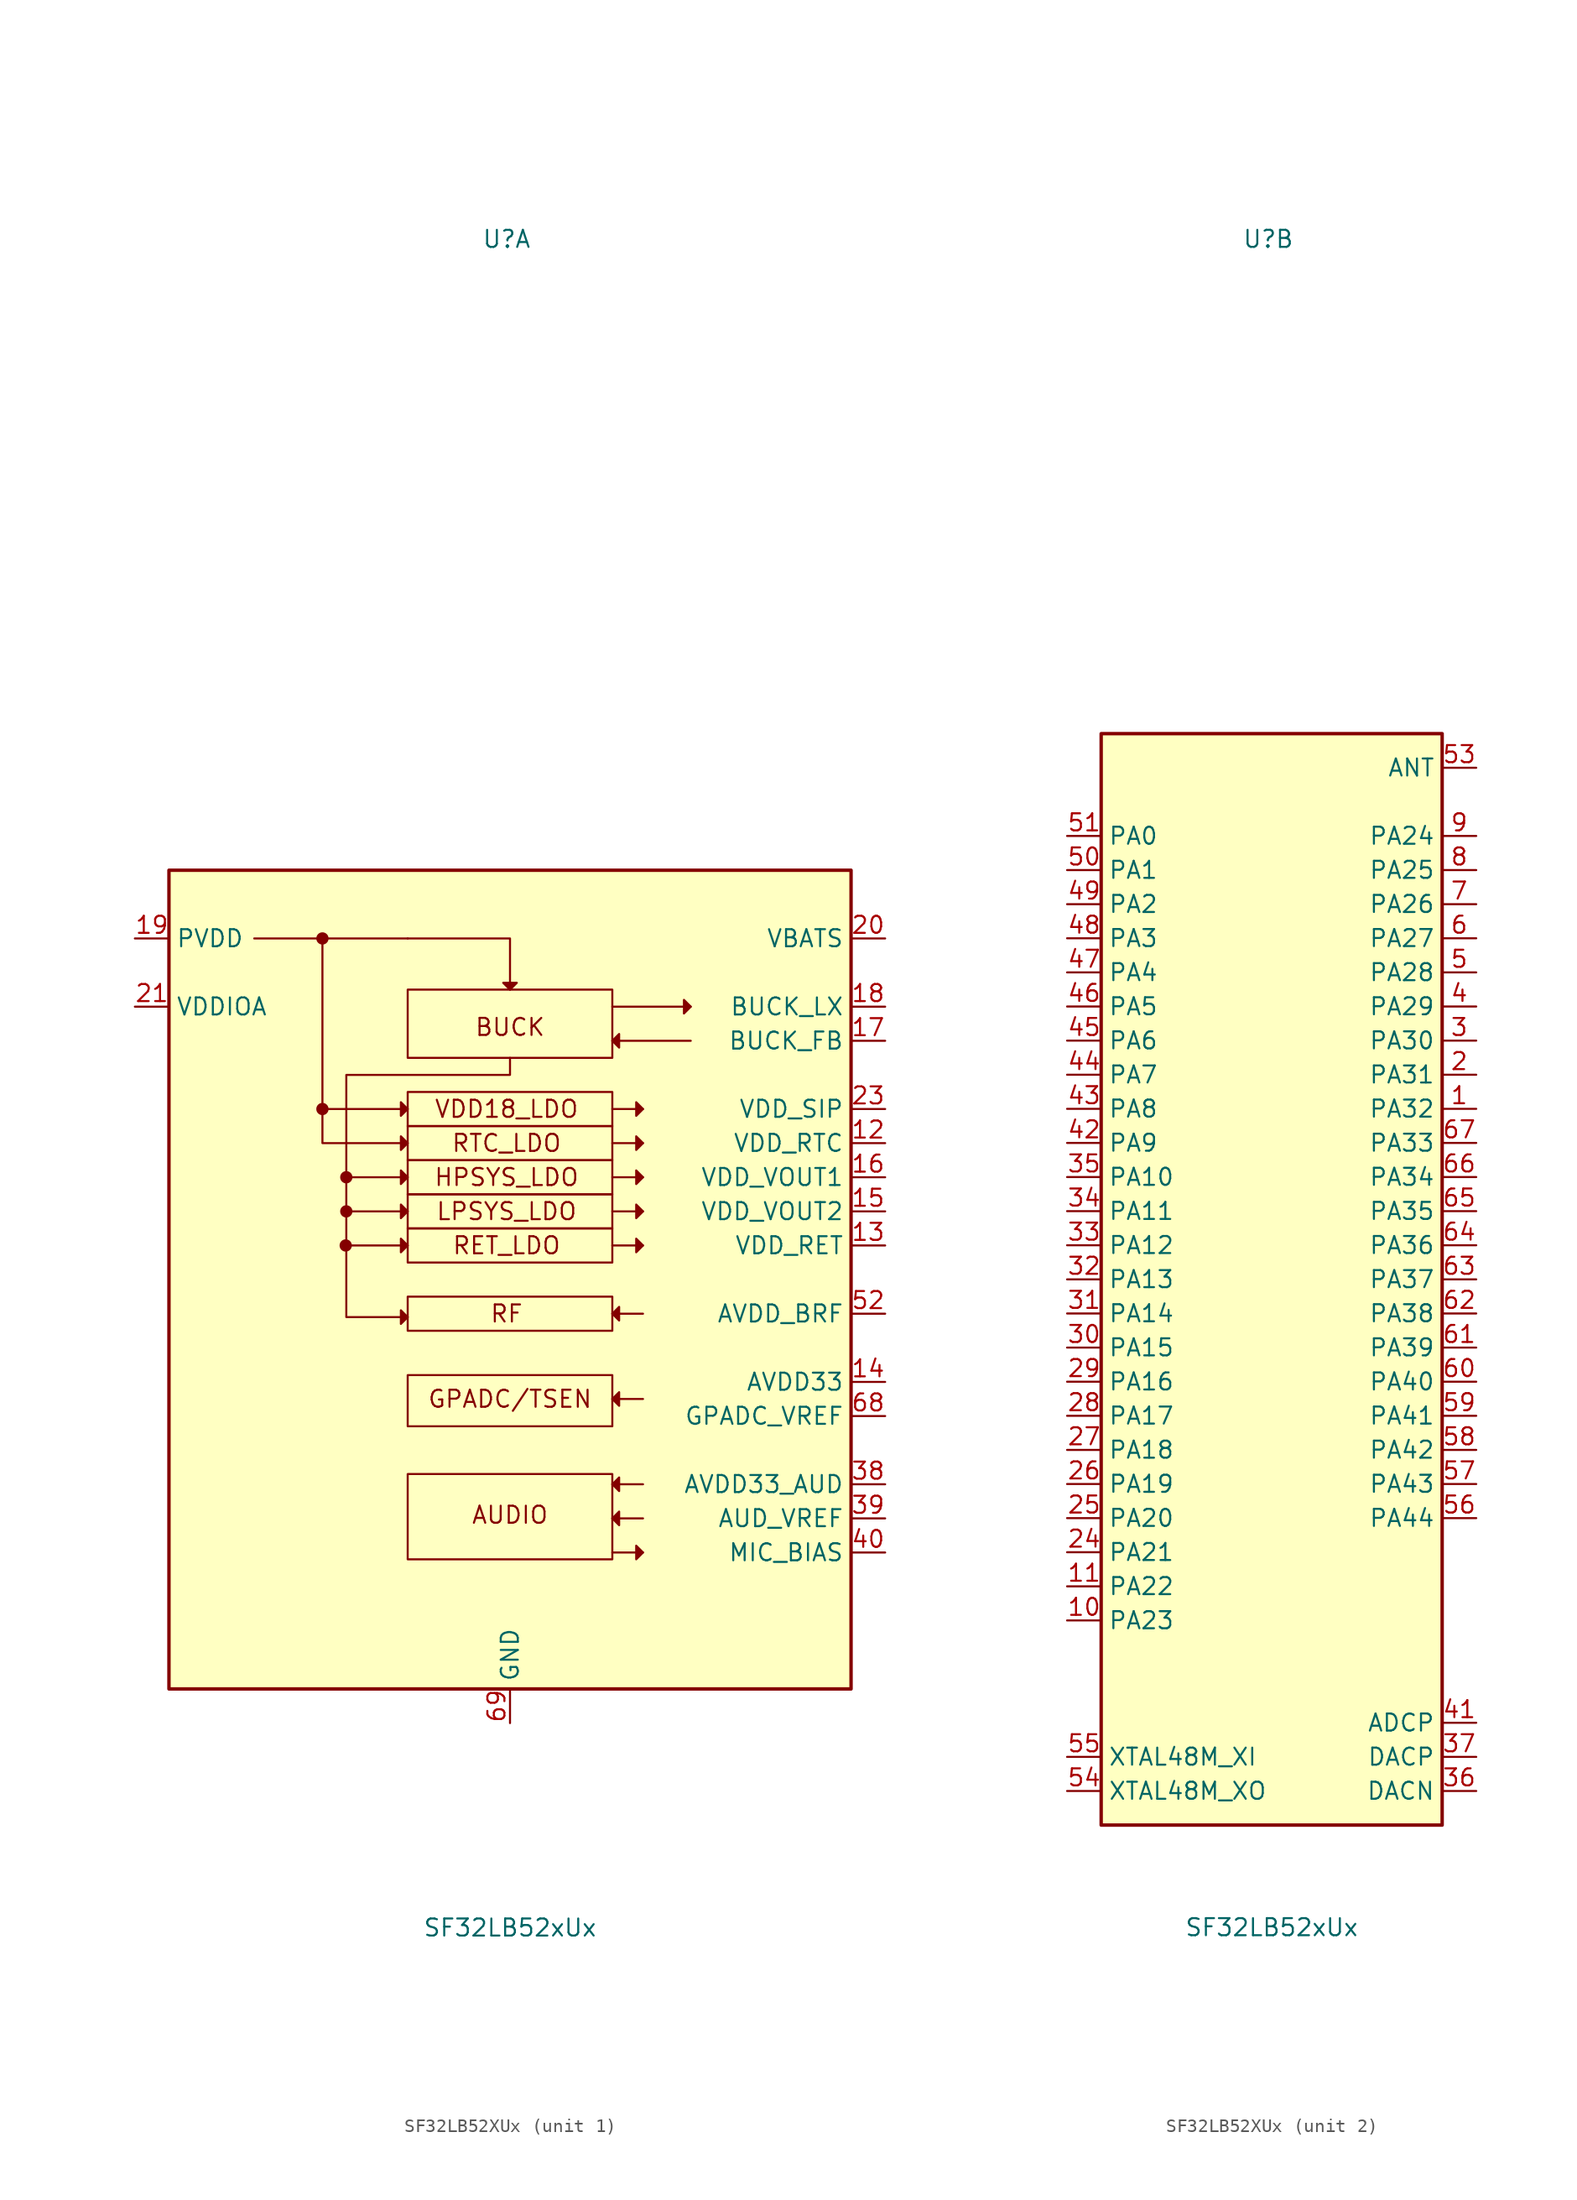
<source format=kicad_sym>
(kicad_symbol_lib
  (version 20241209)
  (generator "kicad_symbol_editor")
  (generator_version "9.0")
  (symbol "SF32LB52XUx"
    (property "Reference" "U"
      (at -0.254 77.47 0)
      (effects (font (size 1.27 1.27))))
    (property "Value" "SF32LB52xUx"
      (at 0 -48.26 0)
      (effects (font (size 1.27 1.27))))
    (property "ki_locked" ""
      (at 0 0 0)
      (effects (font (size 1.27 1.27))))
    (symbol "SF32LB52XUx_1_0"
      (pin power_in line (at -27.94 25.4 0) (length 2.54) (name "PVDD" (effects (font (size 1.27 1.27)))) (number "19" (effects (font (size 1.27 1.27)))))
      (pin power_in line (at -27.94 20.32 0) (length 2.54) (name "VDDIOA" (effects (font (size 1.27 1.27)))) (number "21" (effects (font (size 1.27 1.27)))))
      (pin power_in line (at 0 -33.02 90) (length 2.54) (name "GND" (effects (font (size 1.27 1.27)))) (number "69" (effects (font (size 1.27 1.27)))))
      (pin input line (at 27.94 25.4 180) (length 2.54) (name "VBATS" (effects (font (size 1.27 1.27)))) (number "20" (effects (font (size 1.27 1.27)))))
      (pin input line (at 27.94 20.32 180) (length 2.54) (name "BUCK_LX" (effects (font (size 1.27 1.27)))) (number "18" (effects (font (size 1.27 1.27)))))
      (pin power_out line (at 27.94 17.78 180) (length 2.54) (name "BUCK_FB" (effects (font (size 1.27 1.27)))) (number "17" (effects (font (size 1.27 1.27)))))
      (pin power_out line (at 27.94 12.7 180) (length 2.54) (name "VDD_SIP" (effects (font (size 1.27 1.27)))) (number "23" (effects (font (size 1.27 1.27)))))
      (pin power_out line (at 27.94 10.16 180) (length 2.54) (name "VDD_RTC" (effects (font (size 1.27 1.27)))) (number "12" (effects (font (size 1.27 1.27)))))
      (pin power_out line (at 27.94 7.62 180) (length 2.54) (name "VDD_VOUT1" (effects (font (size 1.27 1.27)))) (number "16" (effects (font (size 1.27 1.27)))))
      (pin power_out line (at 27.94 5.08 180) (length 2.54) (name "VDD_VOUT2" (effects (font (size 1.27 1.27)))) (number "15" (effects (font (size 1.27 1.27)))))
      (pin power_out line (at 27.94 2.54 180) (length 2.54) (name "VDD_RET" (effects (font (size 1.27 1.27)))) (number "13" (effects (font (size 1.27 1.27)))))
      (pin power_in line (at 27.94 -2.54 180) (length 2.54) (name "AVDD_BRF" (effects (font (size 1.27 1.27)))) (number "52" (effects (font (size 1.27 1.27)))))
      (pin power_in line (at 27.94 -7.62 180) (length 2.54) (name "AVDD33" (effects (font (size 1.27 1.27)))) (number "14" (effects (font (size 1.27 1.27)))))
      (pin bidirectional line (at 27.94 -10.16 180) (length 2.54) (name "GPADC_VREF" (effects (font (size 1.27 1.27)))) (number "68" (effects (font (size 1.27 1.27)))))
      (pin power_in line (at 27.94 -15.24 180) (length 2.54) (name "AVDD33_AUD" (effects (font (size 1.27 1.27)))) (number "38" (effects (font (size 1.27 1.27)))))
      (pin power_in line (at 27.94 -17.78 180) (length 2.54) (name "AUD_VREF" (effects (font (size 1.27 1.27)))) (number "39" (effects (font (size 1.27 1.27)))))
      (pin power_out line (at 27.94 -20.32 180) (length 2.54) (name "MIC_BIAS" (effects (font (size 1.27 1.27)))) (number "40" (effects (font (size 1.27 1.27))))))
    (symbol "SF32LB52XUx_1_1"
      (rectangle (start -25.4 30.48) (end 25.4 -30.48) (stroke (width 0.254) (type default)) (fill (type background)))
      (circle (center -13.97 25.4) (radius 0.381) (stroke (width 0) (type default)) (fill (type outline)))
      (circle (center -13.97 12.7) (radius 0.381) (stroke (width 0) (type default)) (fill (type outline)))
      (circle (center -12.236 2.54) (radius 0.381) (stroke (width 0) (type default)) (fill (type outline)))
      (circle (center -12.192 7.62) (radius 0.381) (stroke (width 0) (type default)) (fill (type outline)))
      (circle (center -12.192 5.08) (radius 0.381) (stroke (width 0) (type default)) (fill (type outline)))
      (polyline (pts (xy -7.62 25.4) (xy -19.05 25.4)) (stroke (width 0) (type default)) (fill (type none)))
      (rectangle (start -7.62 21.59) (end 7.62 16.51) (stroke (width 0) (type default)) (fill (type none)))
      (rectangle (start -7.62 13.97) (end 7.62 11.43) (stroke (width 0) (type default)) (fill (type none)))
      (polyline (pts (xy -7.62 12.7) (xy -13.97 12.7) (xy -13.97 25.4)) (stroke (width 0) (type default)) (fill (type none)))
      (polyline (pts (xy -7.62 12.7) (xy -8.128 13.208) (xy -8.128 12.192) (xy -7.62 12.7)) (stroke (width 0) (type default)) (fill (type outline)))
      (rectangle (start -7.62 11.43) (end 7.62 8.89) (stroke (width 0) (type default)) (fill (type none)))
      (polyline (pts (xy -7.62 10.16) (xy -13.97 10.16) (xy -13.97 12.954)) (stroke (width 0) (type default)) (fill (type none)))
      (polyline (pts (xy -7.62 10.16) (xy -8.128 10.668) (xy -8.128 9.652) (xy -7.62 10.16)) (stroke (width 0) (type default)) (fill (type outline)))
      (rectangle (start -7.62 8.89) (end 7.62 6.35) (stroke (width 0) (type default)) (fill (type none)))
      (polyline (pts (xy -7.62 7.62) (xy -12.192 7.62)) (stroke (width 0) (type default)) (fill (type none)))
      (polyline (pts (xy -7.62 7.62) (xy -8.128 8.128) (xy -8.128 7.112) (xy -7.62 7.62)) (stroke (width 0) (type default)) (fill (type outline)))
      (rectangle (start -7.62 6.35) (end 7.62 3.81) (stroke (width 0) (type default)) (fill (type none)))
      (polyline (pts (xy -7.62 5.08) (xy -12.192 5.08)) (stroke (width 0) (type default)) (fill (type none)))
      (polyline (pts (xy -7.62 5.08) (xy -8.128 5.588) (xy -8.128 4.572) (xy -7.62 5.08)) (stroke (width 0) (type default)) (fill (type outline)))
      (rectangle (start -7.62 3.81) (end 7.62 1.27) (stroke (width 0) (type default)) (fill (type none)))
      (polyline (pts (xy -7.62 2.54) (xy -8.128 3.048) (xy -8.128 2.032) (xy -7.62 2.54)) (stroke (width 0) (type default)) (fill (type outline)))
      (rectangle (start -7.62 -1.27) (end 7.62 -3.81) (stroke (width 0) (type default)) (fill (type none)))
      (polyline (pts (xy -7.62 -2.794) (xy -12.192 -2.794) (xy -12.192 2.54)) (stroke (width 0) (type default)) (fill (type none)))
      (polyline (pts (xy -7.62 -2.794) (xy -8.128 -2.286) (xy -8.128 -3.302) (xy -7.62 -2.794)) (stroke (width 0) (type default)) (fill (type outline)))
      (rectangle (start -7.62 -7.112) (end 7.62 -10.922) (stroke (width 0) (type default)) (fill (type none)))
      (rectangle (start -7.62 -14.478) (end 7.62 -20.828) (stroke (width 0) (type default)) (fill (type none)))
      (polyline (pts (xy 0 21.59) (xy 0 25.4) (xy -7.62 25.4)) (stroke (width 0) (type default)) (fill (type none)))
      (polyline (pts (xy 0 21.59) (xy 0.508 22.098) (xy -0.508 22.098) (xy 0 21.59)) (stroke (width 0) (type default)) (fill (type outline)))
      (polyline (pts (xy 0 16.51) (xy 0 15.24) (xy -12.192 15.24) (xy -12.192 2.54) (xy -7.62 2.54)) (stroke (width 0) (type default)) (fill (type none)))
      (polyline (pts (xy 7.62 20.32) (xy 13.462 20.32)) (stroke (width 0) (type default)) (fill (type none)))
      (polyline (pts (xy 7.62 17.78) (xy 13.462 17.78)) (stroke (width 0) (type default)) (fill (type none)))
      (polyline (pts (xy 7.62 17.78) (xy 8.128 17.272) (xy 8.128 18.288) (xy 7.62 17.78)) (stroke (width 0) (type default)) (fill (type outline)))
      (polyline (pts (xy 7.62 12.7) (xy 9.906 12.7)) (stroke (width 0) (type default)) (fill (type none)))
      (polyline (pts (xy 7.62 10.16) (xy 9.906 10.16)) (stroke (width 0) (type default)) (fill (type none)))
      (polyline (pts (xy 7.62 7.62) (xy 9.906 7.62)) (stroke (width 0) (type default)) (fill (type none)))
      (polyline (pts (xy 7.62 5.08) (xy 9.906 5.08)) (stroke (width 0) (type default)) (fill (type none)))
      (polyline (pts (xy 7.62 2.54) (xy 9.906 2.54)) (stroke (width 0) (type default)) (fill (type none)))
      (polyline (pts (xy 7.62 -2.54) (xy 9.906 -2.54)) (stroke (width 0) (type default)) (fill (type none)))
      (polyline (pts (xy 7.62 -2.54) (xy 8.128 -3.048) (xy 8.128 -2.032) (xy 7.62 -2.54)) (stroke (width 0) (type default)) (fill (type outline)))
      (polyline (pts (xy 7.62 -8.89) (xy 9.906 -8.89)) (stroke (width 0) (type default)) (fill (type none)))
      (polyline (pts (xy 7.62 -8.89) (xy 8.128 -9.398) (xy 8.128 -8.382) (xy 7.62 -8.89)) (stroke (width 0) (type default)) (fill (type outline)))
      (polyline (pts (xy 7.62 -15.24) (xy 9.906 -15.24)) (stroke (width 0) (type default)) (fill (type none)))
      (polyline (pts (xy 7.62 -15.24) (xy 8.128 -15.748) (xy 8.128 -14.732) (xy 7.62 -15.24)) (stroke (width 0) (type default)) (fill (type outline)))
      (polyline (pts (xy 7.62 -17.78) (xy 9.906 -17.78)) (stroke (width 0) (type default)) (fill (type none)))
      (polyline (pts (xy 7.62 -17.78) (xy 8.128 -18.288) (xy 8.128 -17.272) (xy 7.62 -17.78)) (stroke (width 0) (type default)) (fill (type outline)))
      (polyline (pts (xy 9.906 12.7) (xy 9.398 13.208) (xy 9.398 12.192) (xy 9.906 12.7)) (stroke (width 0) (type default)) (fill (type outline)))
      (polyline (pts (xy 9.906 10.16) (xy 9.398 10.668) (xy 9.398 9.652) (xy 9.906 10.16)) (stroke (width 0) (type default)) (fill (type outline)))
      (polyline (pts (xy 9.906 7.62) (xy 9.398 8.128) (xy 9.398 7.112) (xy 9.906 7.62)) (stroke (width 0) (type default)) (fill (type outline)))
      (polyline (pts (xy 9.906 5.08) (xy 9.398 5.588) (xy 9.398 4.572) (xy 9.906 5.08)) (stroke (width 0) (type default)) (fill (type outline)))
      (polyline (pts (xy 9.906 2.54) (xy 9.398 3.048) (xy 9.398 2.032) (xy 9.906 2.54)) (stroke (width 0) (type default)) (fill (type outline)))
      (polyline (pts (xy 9.906 -20.32) (xy 7.62 -20.32)) (stroke (width 0) (type default)) (fill (type none)))
      (polyline (pts (xy 9.906 -20.32) (xy 9.398 -20.828) (xy 9.398 -19.812) (xy 9.906 -20.32)) (stroke (width 0) (type default)) (fill (type outline)))
      (polyline (pts (xy 13.462 20.32) (xy 12.954 20.828) (xy 12.954 19.812) (xy 13.462 20.32)) (stroke (width 0) (type default)) (fill (type outline)))
      (text "VDD18_LDO" (at -0.254 12.7 0) (effects (font (size 1.27 1.27))))
      (text "RTC_LDO" (at -0.254 10.16 0) (effects (font (size 1.27 1.27))))
      (text "HPSYS_LDO" (at -0.254 7.62 0) (effects (font (size 1.27 1.27))))
      (text "LPSYS_LDO" (at -0.254 5.08 0) (effects (font (size 1.27 1.27))))
      (text "RET_LDO" (at -0.254 2.54 0) (effects (font (size 1.27 1.27))))
      (text "RF" (at -0.254 -2.54 0) (effects (font (size 1.27 1.27))))
      (text "BUCK" (at 0 18.796 0) (effects (font (size 1.27 1.27))))
      (text "GPADC/TSEN" (at 0 -8.89 0) (effects (font (size 1.27 1.27))))
      (text "AUDIO" (at 0 -17.526 0) (effects (font (size 1.27 1.27)))))
    (symbol "SF32LB52XUx_2_0"
      (pin bidirectional line (at -15.24 33.02 0) (length 2.54) (name "PA0" (effects (font (size 1.27 1.27)))) (number "51" (effects (font (size 1.27 1.27)))))
      (pin bidirectional line (at -15.24 30.48 0) (length 2.54) (name "PA1" (effects (font (size 1.27 1.27)))) (number "50" (effects (font (size 1.27 1.27)))))
      (pin bidirectional line (at -15.24 27.94 0) (length 2.54) (name "PA2" (effects (font (size 1.27 1.27)))) (number "49" (effects (font (size 1.27 1.27)))))
      (pin bidirectional line (at -15.24 25.4 0) (length 2.54) (name "PA3" (effects (font (size 1.27 1.27)))) (number "48" (effects (font (size 1.27 1.27)))))
      (pin bidirectional line (at -15.24 22.86 0) (length 2.54) (name "PA4" (effects (font (size 1.27 1.27)))) (number "47" (effects (font (size 1.27 1.27)))))
      (pin bidirectional line (at -15.24 20.32 0) (length 2.54) (name "PA5" (effects (font (size 1.27 1.27)))) (number "46" (effects (font (size 1.27 1.27)))))
      (pin bidirectional line (at -15.24 17.78 0) (length 2.54) (name "PA6" (effects (font (size 1.27 1.27)))) (number "45" (effects (font (size 1.27 1.27)))))
      (pin bidirectional line (at -15.24 15.24 0) (length 2.54) (name "PA7" (effects (font (size 1.27 1.27)))) (number "44" (effects (font (size 1.27 1.27)))))
      (pin bidirectional line (at -15.24 12.7 0) (length 2.54) (name "PA8" (effects (font (size 1.27 1.27)))) (number "43" (effects (font (size 1.27 1.27)))))
      (pin bidirectional line (at -15.24 10.16 0) (length 2.54) (name "PA9" (effects (font (size 1.27 1.27)))) (number "42" (effects (font (size 1.27 1.27)))))
      (pin bidirectional line (at -15.24 7.62 0) (length 2.54) (name "PA10" (effects (font (size 1.27 1.27)))) (number "35" (effects (font (size 1.27 1.27)))))
      (pin bidirectional line (at -15.24 5.08 0) (length 2.54) (name "PA11" (effects (font (size 1.27 1.27)))) (number "34" (effects (font (size 1.27 1.27)))))
      (pin bidirectional line (at -15.24 2.54 0) (length 2.54) (name "PA12" (effects (font (size 1.27 1.27)))) (number "33" (effects (font (size 1.27 1.27)))))
      (pin bidirectional line (at -15.24 0 0) (length 2.54) (name "PA13" (effects (font (size 1.27 1.27)))) (number "32" (effects (font (size 1.27 1.27)))))
      (pin bidirectional line (at -15.24 -2.54 0) (length 2.54) (name "PA14" (effects (font (size 1.27 1.27)))) (number "31" (effects (font (size 1.27 1.27)))))
      (pin bidirectional line (at -15.24 -5.08 0) (length 2.54) (name "PA15" (effects (font (size 1.27 1.27)))) (number "30" (effects (font (size 1.27 1.27)))))
      (pin bidirectional line (at -15.24 -7.62 0) (length 2.54) (name "PA16" (effects (font (size 1.27 1.27)))) (number "29" (effects (font (size 1.27 1.27)))))
      (pin bidirectional line (at -15.24 -10.16 0) (length 2.54) (name "PA17" (effects (font (size 1.27 1.27)))) (number "28" (effects (font (size 1.27 1.27)))))
      (pin bidirectional line (at -15.24 -12.7 0) (length 2.54) (name "PA18" (effects (font (size 1.27 1.27)))) (number "27" (effects (font (size 1.27 1.27)))))
      (pin bidirectional line (at -15.24 -15.24 0) (length 2.54) (name "PA19" (effects (font (size 1.27 1.27)))) (number "26" (effects (font (size 1.27 1.27)))))
      (pin bidirectional line (at -15.24 -17.78 0) (length 2.54) (name "PA20" (effects (font (size 1.27 1.27)))) (number "25" (effects (font (size 1.27 1.27)))))
      (pin bidirectional line (at -15.24 -20.32 0) (length 2.54) (name "PA21" (effects (font (size 1.27 1.27)))) (number "24" (effects (font (size 1.27 1.27)))))
      (pin bidirectional line (at -15.24 -22.86 0) (length 2.54) (name "PA22" (effects (font (size 1.27 1.27)))) (number "11" (effects (font (size 1.27 1.27)))))
      (pin bidirectional line (at -15.24 -25.4 0) (length 2.54) (name "PA23" (effects (font (size 1.27 1.27)))) (number "10" (effects (font (size 1.27 1.27)))))
      (pin unspecified line (at -15.24 -35.56 0) (length 2.54) (name "XTAL48M_XI" (effects (font (size 1.27 1.27)))) (number "55" (effects (font (size 1.27 1.27)))))
      (pin unspecified line (at -15.24 -38.1 0) (length 2.54) (name "XTAL48M_XO" (effects (font (size 1.27 1.27)))) (number "54" (effects (font (size 1.27 1.27)))))
      (pin no_connect line (at 12.7 -24.13 180) (length 2.54) (hide yes) (name "NC" (effects (font (size 1.27 1.27)))) (number "22" (effects (font (size 1.27 1.27)))))
      (pin bidirectional line (at 15.24 38.1 180) (length 2.54) (name "ANT" (effects (font (size 1.27 1.27)))) (number "53" (effects (font (size 1.27 1.27)))))
      (pin bidirectional line (at 15.24 33.02 180) (length 2.54) (name "PA24" (effects (font (size 1.27 1.27)))) (number "9" (effects (font (size 1.27 1.27)))))
      (pin bidirectional line (at 15.24 30.48 180) (length 2.54) (name "PA25" (effects (font (size 1.27 1.27)))) (number "8" (effects (font (size 1.27 1.27)))))
      (pin bidirectional line (at 15.24 27.94 180) (length 2.54) (name "PA26" (effects (font (size 1.27 1.27)))) (number "7" (effects (font (size 1.27 1.27)))))
      (pin bidirectional line (at 15.24 25.4 180) (length 2.54) (name "PA27" (effects (font (size 1.27 1.27)))) (number "6" (effects (font (size 1.27 1.27)))))
      (pin bidirectional line (at 15.24 22.86 180) (length 2.54) (name "PA28" (effects (font (size 1.27 1.27)))) (number "5" (effects (font (size 1.27 1.27)))))
      (pin bidirectional line (at 15.24 20.32 180) (length 2.54) (name "PA29" (effects (font (size 1.27 1.27)))) (number "4" (effects (font (size 1.27 1.27)))))
      (pin bidirectional line (at 15.24 17.78 180) (length 2.54) (name "PA30" (effects (font (size 1.27 1.27)))) (number "3" (effects (font (size 1.27 1.27)))))
      (pin bidirectional line (at 15.24 15.24 180) (length 2.54) (name "PA31" (effects (font (size 1.27 1.27)))) (number "2" (effects (font (size 1.27 1.27)))))
      (pin bidirectional line (at 15.24 12.7 180) (length 2.54) (name "PA32" (effects (font (size 1.27 1.27)))) (number "1" (effects (font (size 1.27 1.27)))))
      (pin bidirectional line (at 15.24 10.16 180) (length 2.54) (name "PA33" (effects (font (size 1.27 1.27)))) (number "67" (effects (font (size 1.27 1.27)))))
      (pin bidirectional line (at 15.24 7.62 180) (length 2.54) (name "PA34" (effects (font (size 1.27 1.27)))) (number "66" (effects (font (size 1.27 1.27)))))
      (pin bidirectional line (at 15.24 5.08 180) (length 2.54) (name "PA35" (effects (font (size 1.27 1.27)))) (number "65" (effects (font (size 1.27 1.27)))))
      (pin bidirectional line (at 15.24 2.54 180) (length 2.54) (name "PA36" (effects (font (size 1.27 1.27)))) (number "64" (effects (font (size 1.27 1.27)))))
      (pin bidirectional line (at 15.24 0 180) (length 2.54) (name "PA37" (effects (font (size 1.27 1.27)))) (number "63" (effects (font (size 1.27 1.27)))))
      (pin bidirectional line (at 15.24 -2.54 180) (length 2.54) (name "PA38" (effects (font (size 1.27 1.27)))) (number "62" (effects (font (size 1.27 1.27)))))
      (pin bidirectional line (at 15.24 -5.08 180) (length 2.54) (name "PA39" (effects (font (size 1.27 1.27)))) (number "61" (effects (font (size 1.27 1.27)))))
      (pin bidirectional line (at 15.24 -7.62 180) (length 2.54) (name "PA40" (effects (font (size 1.27 1.27)))) (number "60" (effects (font (size 1.27 1.27)))))
      (pin bidirectional line (at 15.24 -10.16 180) (length 2.54) (name "PA41" (effects (font (size 1.27 1.27)))) (number "59" (effects (font (size 1.27 1.27)))))
      (pin bidirectional line (at 15.24 -12.7 180) (length 2.54) (name "PA42" (effects (font (size 1.27 1.27)))) (number "58" (effects (font (size 1.27 1.27)))))
      (pin bidirectional line (at 15.24 -15.24 180) (length 2.54) (name "PA43" (effects (font (size 1.27 1.27)))) (number "57" (effects (font (size 1.27 1.27)))))
      (pin bidirectional line (at 15.24 -17.78 180) (length 2.54) (name "PA44" (effects (font (size 1.27 1.27)))) (number "56" (effects (font (size 1.27 1.27)))))
      (pin input line (at 15.24 -33.02 180) (length 2.54) (name "ADCP" (effects (font (size 1.27 1.27)))) (number "41" (effects (font (size 1.27 1.27)))))
      (pin output line (at 15.24 -35.56 180) (length 2.54) (name "DACP" (effects (font (size 1.27 1.27)))) (number "37" (effects (font (size 1.27 1.27)))))
      (pin output line (at 15.24 -38.1 180) (length 2.54) (name "DACN" (effects (font (size 1.27 1.27)))) (number "36" (effects (font (size 1.27 1.27))))))
    (symbol "SF32LB52XUx_2_1"
      (rectangle (start -12.7 40.64) (end 12.7 -40.64) (stroke (width 0.254) (type default)) (fill (type background))))))
</source>
